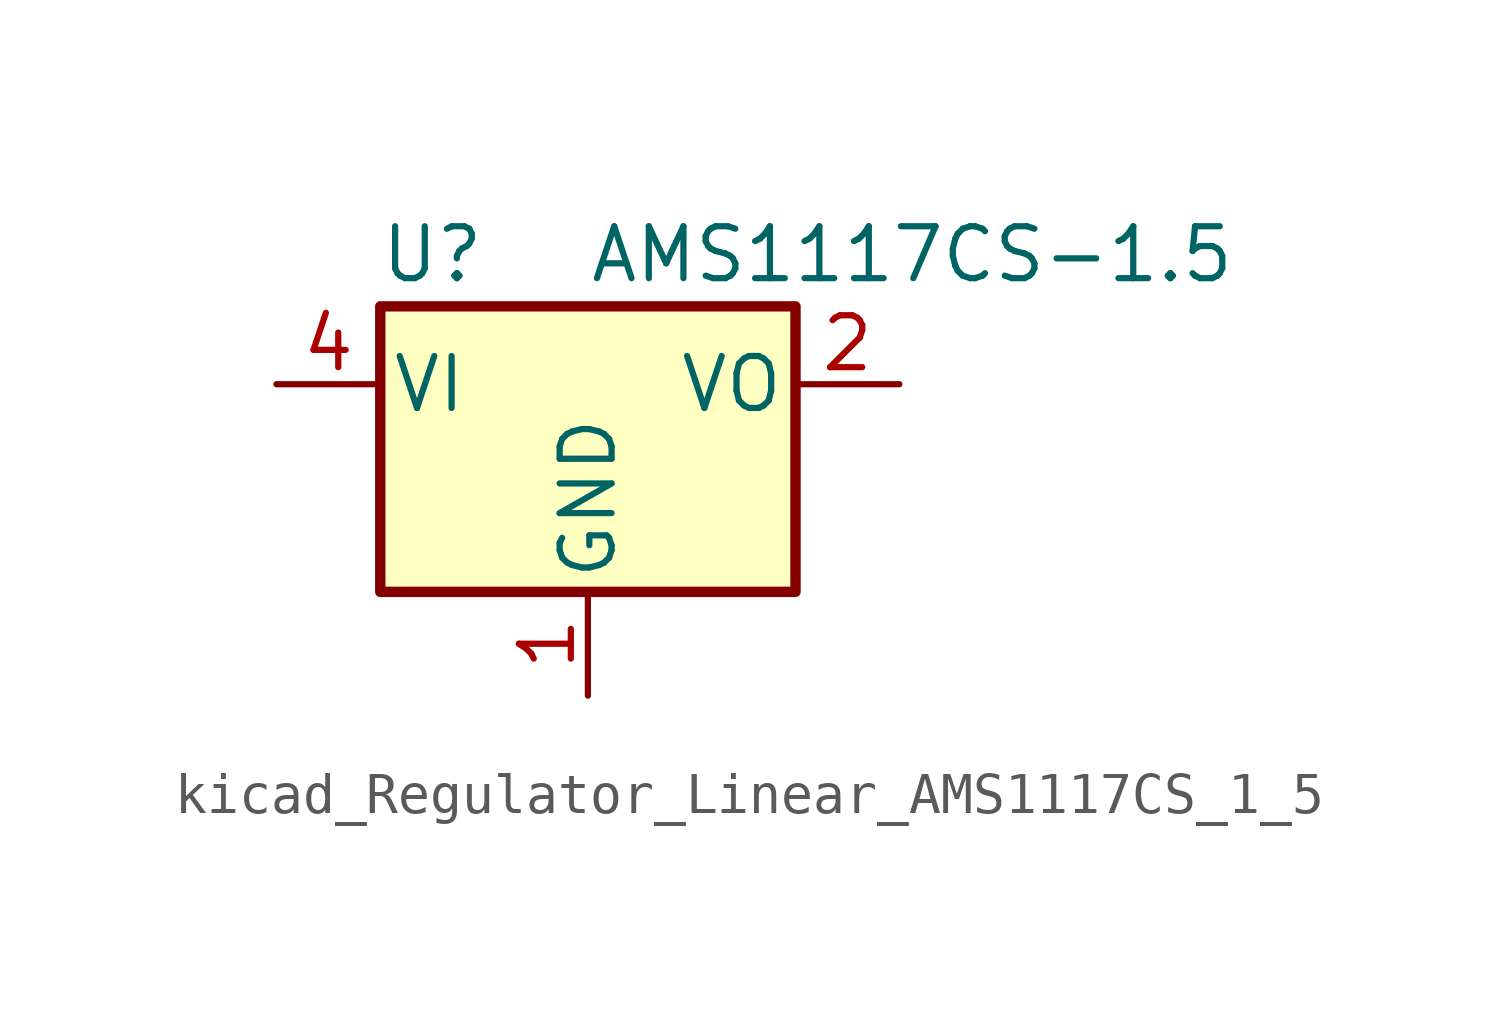
<source format=kicad_sym>
(kicad_symbol_lib
  (version 20220914)
  (generator kicad_symbol_editor)
  (symbol "kicad_Regulator_Linear_AMS1117CS_1_5"
    (pin_names
      (offset 0.254))
    (property "Reference" "U"
      (at -3.81 3.175 0)
      (effects (font (size 1.27 1.27))))
    (property "Value" "AMS1117CS-1.5"
      (at 0 3.175 0)
      (effects (font (size 1.27 1.27)) (justify left)))
    (symbol "kicad_Regulator_Linear_AMS1117CS_1_5_0_1"
      (rectangle (start -5.08 -5.08) (end 5.08 1.905) (stroke (width 0.254) (type default)) (fill (type background))))
    (symbol "kicad_Regulator_Linear_AMS1117CS_1_5_1_1"
      (pin power_in line (at 0 -7.62 90) (length 2.54) (name "GND" (effects (font (size 1.27 1.27)))) (number "1" (effects (font (size 1.27 1.27)))))
      (pin power_out line (at 7.62 0 180) (length 2.54) (name "VO" (effects (font (size 1.27 1.27)))) (number "2" (effects (font (size 1.27 1.27)))))
      (pin passive line (at 7.62 0 180) (length 2.54) hide (name "VO" (effects (font (size 1.27 1.27)))) (number "3" (effects (font (size 1.27 1.27)))))
      (pin power_in line (at -7.62 0 0) (length 2.54) (name "VI" (effects (font (size 1.27 1.27)))) (number "4" (effects (font (size 1.27 1.27)))))
      (pin no_connect line (at -2.54 -2.54 180) (length 2.54) hide (name "NC" (effects (font (size 1.27 1.27)))) (number "5" (effects (font (size 1.27 1.27)))))
      (pin passive line (at 7.62 0 180) (length 2.54) hide (name "VO" (effects (font (size 1.27 1.27)))) (number "6" (effects (font (size 1.27 1.27)))))
      (pin passive line (at 7.62 0 180) (length 2.54) hide (name "VO" (effects (font (size 1.27 1.27)))) (number "7" (effects (font (size 1.27 1.27)))))
      (pin no_connect line (at 2.54 -2.54 0) (length 2.54) hide (name "NC" (effects (font (size 1.27 1.27)))) (number "8" (effects (font (size 1.27 1.27))))))))
</source>
